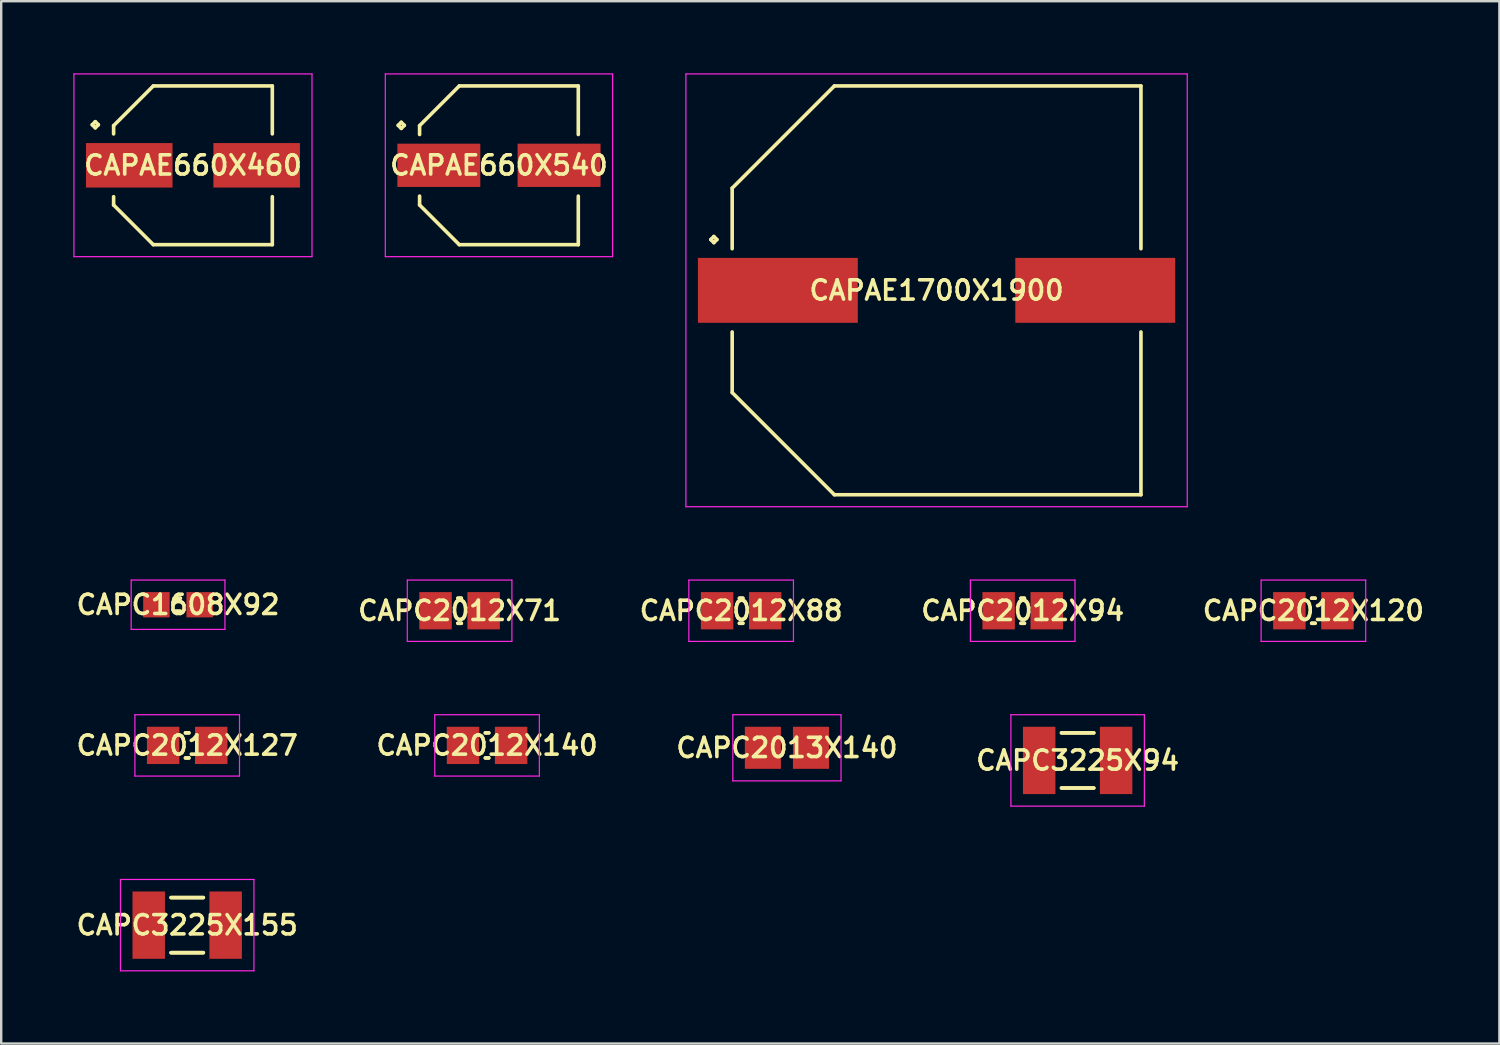
<source format=kicad_pcb>
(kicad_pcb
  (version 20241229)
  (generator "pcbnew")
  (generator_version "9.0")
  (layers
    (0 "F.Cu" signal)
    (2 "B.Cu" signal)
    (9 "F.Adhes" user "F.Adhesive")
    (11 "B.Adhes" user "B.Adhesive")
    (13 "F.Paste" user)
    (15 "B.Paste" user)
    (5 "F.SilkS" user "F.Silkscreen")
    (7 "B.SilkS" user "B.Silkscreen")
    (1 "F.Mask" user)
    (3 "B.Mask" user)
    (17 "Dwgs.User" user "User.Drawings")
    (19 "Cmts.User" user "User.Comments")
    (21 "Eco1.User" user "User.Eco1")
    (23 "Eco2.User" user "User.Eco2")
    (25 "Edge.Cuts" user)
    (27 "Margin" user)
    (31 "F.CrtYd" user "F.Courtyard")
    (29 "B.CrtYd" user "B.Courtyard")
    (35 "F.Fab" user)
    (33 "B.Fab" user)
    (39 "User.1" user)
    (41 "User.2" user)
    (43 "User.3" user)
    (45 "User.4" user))
  (footprint "CAPC2012X127"
    (layer "F.Cu")
    (at 4.735 27.95)
    (property "Reference" "CAPC2012X127" (at 0 0 0) (layer "F.SilkS") (effects (font (size 0.8 0.8) (thickness 0.15))))
    (attr smd)
    (fp_line (start -0.071 -0.521) (end 0.071 -0.521) (stroke (width 0.15) (type solid)) (layer "F.SilkS"))
    (fp_line (start -0.071 0.521) (end 0.071 0.521) (stroke (width 0.15) (type solid)) (layer "F.SilkS"))
    (fp_line (start 0.071 -0.521) (end -0.071 -0.521) (stroke (width 0.15) (type solid)) (layer "F.SilkS"))
    (fp_line (start 0.071 0.521) (end -0.071 0.521) (stroke (width 0.15) (type solid)) (layer "F.SilkS"))
    (fp_line (start -2.175 -1.275) (end 2.175 -1.275) (stroke (width 0.05) (type solid)) (layer "F.CrtYd"))
    (fp_line (start -2.175 1.275) (end -2.175 -1.275) (stroke (width 0.05) (type solid)) (layer "F.CrtYd"))
    (fp_line (start 2.175 -1.275) (end 2.175 1.275) (stroke (width 0.05) (type solid)) (layer "F.CrtYd"))
    (fp_line (start 2.175 1.275) (end -2.175 1.275) (stroke (width 0.05) (type solid)) (layer "F.CrtYd"))
    (pad "1" smd rect (at -1 0) (size 1.35 1.55) (layers "F.Cu" "F.Mask" "F.Paste"))
    (pad "2" smd rect (at 1 0) (size 1.35 1.55) (layers "F.Cu" "F.Mask" "F.Paste")))
  (footprint "CAPC1608X92"
    (layer "F.Cu")
    (at 4.355 22.1)
    (property "Reference" "CAPC1608X92" (at 0 0 0) (layer "F.SilkS") (effects (font (size 0.8 0.8) (thickness 0.15))))
    (attr smd)
    (fp_line (start -0.096 -0.271) (end 0.096 -0.271) (stroke (width 0.15) (type solid)) (layer "F.SilkS"))
    (fp_line (start -0.096 0.271) (end 0.096 0.271) (stroke (width 0.15) (type solid)) (layer "F.SilkS"))
    (fp_line (start 0.096 -0.271) (end -0.096 -0.271) (stroke (width 0.15) (type solid)) (layer "F.SilkS"))
    (fp_line (start 0.096 0.271) (end -0.096 0.271) (stroke (width 0.15) (type solid)) (layer "F.SilkS"))
    (fp_line (start -1.95 -1.025) (end 1.95 -1.025) (stroke (width 0.05) (type solid)) (layer "F.CrtYd"))
    (fp_line (start -1.95 1.025) (end -1.95 -1.025) (stroke (width 0.05) (type solid)) (layer "F.CrtYd"))
    (fp_line (start 1.95 -1.025) (end 1.95 1.025) (stroke (width 0.05) (type solid)) (layer "F.CrtYd"))
    (fp_line (start 1.95 1.025) (end -1.95 1.025) (stroke (width 0.05) (type solid)) (layer "F.CrtYd"))
    (pad "1" smd rect (at -0.9 0) (size 1.1 1.05) (layers "F.Cu" "F.Mask" "F.Paste"))
    (pad "2" smd rect (at 0.9 0) (size 1.1 1.05) (layers "F.Cu" "F.Mask" "F.Paste")))
  (footprint "CAPC2012X94"
    (layer "F.Cu")
    (at 39.482 22.35)
    (property "Reference" "CAPC2012X94" (at 0 0 0) (layer "F.SilkS") (effects (font (size 0.8 0.8) (thickness 0.15))))
    (attr smd)
    (fp_line (start -0.071 -0.521) (end 0.071 -0.521) (stroke (width 0.15) (type solid)) (layer "F.SilkS"))
    (fp_line (start -0.071 0.521) (end 0.071 0.521) (stroke (width 0.15) (type solid)) (layer "F.SilkS"))
    (fp_line (start 0.071 -0.521) (end -0.071 -0.521) (stroke (width 0.15) (type solid)) (layer "F.SilkS"))
    (fp_line (start 0.071 0.521) (end -0.071 0.521) (stroke (width 0.15) (type solid)) (layer "F.SilkS"))
    (fp_line (start -2.175 -1.275) (end 2.175 -1.275) (stroke (width 0.05) (type solid)) (layer "F.CrtYd"))
    (fp_line (start -2.175 1.275) (end -2.175 -1.275) (stroke (width 0.05) (type solid)) (layer "F.CrtYd"))
    (fp_line (start 2.175 -1.275) (end 2.175 1.275) (stroke (width 0.05) (type solid)) (layer "F.CrtYd"))
    (fp_line (start 2.175 1.275) (end -2.175 1.275) (stroke (width 0.05) (type solid)) (layer "F.CrtYd"))
    (pad "1" smd rect (at -1 0) (size 1.35 1.55) (layers "F.Cu" "F.Mask" "F.Paste"))
    (pad "2" smd rect (at 1 0) (size 1.35 1.55) (layers "F.Cu" "F.Mask" "F.Paste")))
  (footprint "CAPC2013X140"
    (layer "F.Cu")
    (at 29.677 28.05)
    (property "Reference" "CAPC2013X140" (at 0 0 0) (layer "F.SilkS") (effects (font (size 0.8 0.8) (thickness 0.15))))
    (attr smd)
    (fp_line (start -2.25 -1.375) (end 2.25 -1.375) (stroke (width 0.05) (type solid)) (layer "F.CrtYd"))
    (fp_line (start -2.25 1.375) (end -2.25 -1.375) (stroke (width 0.05) (type solid)) (layer "F.CrtYd"))
    (fp_line (start 2.25 -1.375) (end 2.25 1.375) (stroke (width 0.05) (type solid)) (layer "F.CrtYd"))
    (fp_line (start 2.25 1.375) (end -2.25 1.375) (stroke (width 0.05) (type solid)) (layer "F.CrtYd"))
    (pad "1" smd rect (at -1 0) (size 1.5 1.75) (layers "F.Cu" "F.Mask" "F.Paste"))
    (pad "2" smd rect (at 1 0) (size 1.5 1.75) (layers "F.Cu" "F.Mask" "F.Paste")))
  (footprint "CAPC2012X140"
    (layer "F.Cu")
    (at 17.206 27.95)
    (property "Reference" "CAPC2012X140" (at 0 0 0) (layer "F.SilkS") (effects (font (size 0.8 0.8) (thickness 0.15))))
    (attr smd)
    (fp_line (start -0.071 -0.521) (end 0.071 -0.521) (stroke (width 0.15) (type solid)) (layer "F.SilkS"))
    (fp_line (start -0.071 0.521) (end 0.071 0.521) (stroke (width 0.15) (type solid)) (layer "F.SilkS"))
    (fp_line (start 0.071 -0.521) (end -0.071 -0.521) (stroke (width 0.15) (type solid)) (layer "F.SilkS"))
    (fp_line (start 0.071 0.521) (end -0.071 0.521) (stroke (width 0.15) (type solid)) (layer "F.SilkS"))
    (fp_line (start -2.175 -1.275) (end 2.175 -1.275) (stroke (width 0.05) (type solid)) (layer "F.CrtYd"))
    (fp_line (start -2.175 1.275) (end -2.175 -1.275) (stroke (width 0.05) (type solid)) (layer "F.CrtYd"))
    (fp_line (start 2.175 -1.275) (end 2.175 1.275) (stroke (width 0.05) (type solid)) (layer "F.CrtYd"))
    (fp_line (start 2.175 1.275) (end -2.175 1.275) (stroke (width 0.05) (type solid)) (layer "F.CrtYd"))
    (pad "1" smd rect (at -1 0) (size 1.35 1.55) (layers "F.Cu" "F.Mask" "F.Paste"))
    (pad "2" smd rect (at 1 0) (size 1.35 1.55) (layers "F.Cu" "F.Mask" "F.Paste")))
  (footprint "CAPC2012X120"
    (layer "F.Cu")
    (at 51.572 22.35)
    (property "Reference" "CAPC2012X120" (at 0 0 0) (layer "F.SilkS") (effects (font (size 0.8 0.8) (thickness 0.15))))
    (attr smd)
    (fp_line (start -0.071 -0.521) (end 0.071 -0.521) (stroke (width 0.15) (type solid)) (layer "F.SilkS"))
    (fp_line (start -0.071 0.521) (end 0.071 0.521) (stroke (width 0.15) (type solid)) (layer "F.SilkS"))
    (fp_line (start 0.071 -0.521) (end -0.071 -0.521) (stroke (width 0.15) (type solid)) (layer "F.SilkS"))
    (fp_line (start 0.071 0.521) (end -0.071 0.521) (stroke (width 0.15) (type solid)) (layer "F.SilkS"))
    (fp_line (start -2.175 -1.275) (end 2.175 -1.275) (stroke (width 0.05) (type solid)) (layer "F.CrtYd"))
    (fp_line (start -2.175 1.275) (end -2.175 -1.275) (stroke (width 0.05) (type solid)) (layer "F.CrtYd"))
    (fp_line (start 2.175 -1.275) (end 2.175 1.275) (stroke (width 0.05) (type solid)) (layer "F.CrtYd"))
    (fp_line (start 2.175 1.275) (end -2.175 1.275) (stroke (width 0.05) (type solid)) (layer "F.CrtYd"))
    (pad "1" smd rect (at -1 0) (size 1.35 1.55) (layers "F.Cu" "F.Mask" "F.Paste"))
    (pad "2" smd rect (at 1 0) (size 1.35 1.55) (layers "F.Cu" "F.Mask" "F.Paste")))
  (footprint "CAPC2012X71"
    (layer "F.Cu")
    (at 16.064 22.35)
    (property "Reference" "CAPC2012X71" (at 0 0 0) (layer "F.SilkS") (effects (font (size 0.8 0.8) (thickness 0.15))))
    (attr smd)
    (fp_line (start -0.071 -0.521) (end 0.071 -0.521) (stroke (width 0.15) (type solid)) (layer "F.SilkS"))
    (fp_line (start -0.071 0.521) (end 0.071 0.521) (stroke (width 0.15) (type solid)) (layer "F.SilkS"))
    (fp_line (start 0.071 -0.521) (end -0.071 -0.521) (stroke (width 0.15) (type solid)) (layer "F.SilkS"))
    (fp_line (start 0.071 0.521) (end -0.071 0.521) (stroke (width 0.15) (type solid)) (layer "F.SilkS"))
    (fp_line (start -2.175 -1.275) (end 2.175 -1.275) (stroke (width 0.05) (type solid)) (layer "F.CrtYd"))
    (fp_line (start -2.175 1.275) (end -2.175 -1.275) (stroke (width 0.05) (type solid)) (layer "F.CrtYd"))
    (fp_line (start 2.175 -1.275) (end 2.175 1.275) (stroke (width 0.05) (type solid)) (layer "F.CrtYd"))
    (fp_line (start 2.175 1.275) (end -2.175 1.275) (stroke (width 0.05) (type solid)) (layer "F.CrtYd"))
    (pad "1" smd rect (at -1 0) (size 1.35 1.55) (layers "F.Cu" "F.Mask" "F.Paste"))
    (pad "2" smd rect (at 1 0) (size 1.35 1.55) (layers "F.Cu" "F.Mask" "F.Paste")))
  (footprint "CAPC2012X88"
    (layer "F.Cu")
    (at 27.773 22.35)
    (property "Reference" "CAPC2012X88" (at 0 0 0) (layer "F.SilkS") (effects (font (size 0.8 0.8) (thickness 0.15))))
    (attr smd)
    (fp_line (start -0.071 -0.521) (end 0.071 -0.521) (stroke (width 0.15) (type solid)) (layer "F.SilkS"))
    (fp_line (start -0.071 0.521) (end 0.071 0.521) (stroke (width 0.15) (type solid)) (layer "F.SilkS"))
    (fp_line (start 0.071 -0.521) (end -0.071 -0.521) (stroke (width 0.15) (type solid)) (layer "F.SilkS"))
    (fp_line (start 0.071 0.521) (end -0.071 0.521) (stroke (width 0.15) (type solid)) (layer "F.SilkS"))
    (fp_line (start -2.175 -1.275) (end 2.175 -1.275) (stroke (width 0.05) (type solid)) (layer "F.CrtYd"))
    (fp_line (start -2.175 1.275) (end -2.175 -1.275) (stroke (width 0.05) (type solid)) (layer "F.CrtYd"))
    (fp_line (start 2.175 -1.275) (end 2.175 1.275) (stroke (width 0.05) (type solid)) (layer "F.CrtYd"))
    (fp_line (start 2.175 1.275) (end -2.175 1.275) (stroke (width 0.05) (type solid)) (layer "F.CrtYd"))
    (pad "1" smd rect (at -1 0) (size 1.35 1.55) (layers "F.Cu" "F.Mask" "F.Paste"))
    (pad "2" smd rect (at 1 0) (size 1.35 1.55) (layers "F.Cu" "F.Mask" "F.Paste")))
  (footprint "CAPAE660X540"
    (layer "F.Cu")
    (at 17.7 3.825)
    (property "Reference" "CAPAE660X540" (at 0 0 0) (layer "F.SilkS") (effects (font (size 0.8 0.8) (thickness 0.15))))
    (attr smd)
    (fp_line (start -4.189 -1.662) (end -4.062 -1.789) (stroke (width 0.15) (type solid)) (layer "F.SilkS"))
    (fp_line (start -4.062 -1.789) (end -3.935 -1.662) (stroke (width 0.15) (type solid)) (layer "F.SilkS"))
    (fp_line (start -4.062 -1.535) (end -4.189 -1.662) (stroke (width 0.15) (type solid)) (layer "F.SilkS"))
    (fp_line (start -3.935 -1.662) (end -4.062 -1.535) (stroke (width 0.15) (type solid)) (layer "F.SilkS"))
    (fp_line (start -3.3 -1.65) (end -3.3 -1.281) (stroke (width 0.15) (type solid)) (layer "F.SilkS"))
    (fp_line (start -3.3 1.65) (end -3.3 1.281) (stroke (width 0.15) (type solid)) (layer "F.SilkS"))
    (fp_line (start -1.65 -3.3) (end -3.3 -1.65) (stroke (width 0.15) (type solid)) (layer "F.SilkS"))
    (fp_line (start -1.65 3.3) (end -3.3 1.65) (stroke (width 0.15) (type solid)) (layer "F.SilkS"))
    (fp_line (start 3.3 -3.3) (end -1.65 -3.3) (stroke (width 0.15) (type solid)) (layer "F.SilkS"))
    (fp_line (start 3.3 -1.281) (end 3.3 -3.3) (stroke (width 0.15) (type solid)) (layer "F.SilkS"))
    (fp_line (start 3.3 1.281) (end 3.3 3.3) (stroke (width 0.15) (type solid)) (layer "F.SilkS"))
    (fp_line (start 3.3 3.3) (end -1.65 3.3) (stroke (width 0.15) (type solid)) (layer "F.SilkS"))
    (fp_line (start -4.725 -3.8) (end 4.725 -3.8) (stroke (width 0.05) (type solid)) (layer "F.CrtYd"))
    (fp_line (start -4.725 3.8) (end -4.725 -3.8) (stroke (width 0.05) (type solid)) (layer "F.CrtYd"))
    (fp_line (start 4.725 -3.8) (end 4.725 3.8) (stroke (width 0.05) (type solid)) (layer "F.CrtYd"))
    (fp_line (start 4.725 3.8) (end -4.725 3.8) (stroke (width 0.05) (type solid)) (layer "F.CrtYd"))
    (pad "1" smd rect (at -2.5 0) (size 3.45 1.8) (layers "F.Cu" "F.Mask" "F.Paste"))
    (pad "2" smd rect (at 2.5 0) (size 3.45 1.8) (layers "F.Cu" "F.Mask" "F.Paste")))
  (footprint "CAPAE660X460"
    (layer "F.Cu")
    (at 4.975 3.825)
    (property "Reference" "CAPAE660X460" (at 0 0 0) (layer "F.SilkS") (effects (font (size 0.8 0.8) (thickness 0.15))))
    (attr smd)
    (fp_line (start -4.189 -1.687) (end -4.062 -1.814) (stroke (width 0.15) (type solid)) (layer "F.SilkS"))
    (fp_line (start -4.062 -1.814) (end -3.935 -1.687) (stroke (width 0.15) (type solid)) (layer "F.SilkS"))
    (fp_line (start -4.062 -1.56) (end -4.189 -1.687) (stroke (width 0.15) (type solid)) (layer "F.SilkS"))
    (fp_line (start -3.935 -1.687) (end -4.062 -1.56) (stroke (width 0.15) (type solid)) (layer "F.SilkS"))
    (fp_line (start -3.3 -1.65) (end -3.3 -1.306) (stroke (width 0.15) (type solid)) (layer "F.SilkS"))
    (fp_line (start -3.3 1.65) (end -3.3 1.306) (stroke (width 0.15) (type solid)) (layer "F.SilkS"))
    (fp_line (start -1.65 -3.3) (end -3.3 -1.65) (stroke (width 0.15) (type solid)) (layer "F.SilkS"))
    (fp_line (start -1.65 3.3) (end -3.3 1.65) (stroke (width 0.15) (type solid)) (layer "F.SilkS"))
    (fp_line (start 3.3 -3.3) (end -1.65 -3.3) (stroke (width 0.15) (type solid)) (layer "F.SilkS"))
    (fp_line (start 3.3 -1.306) (end 3.3 -3.3) (stroke (width 0.15) (type solid)) (layer "F.SilkS"))
    (fp_line (start 3.3 1.306) (end 3.3 3.3) (stroke (width 0.15) (type solid)) (layer "F.SilkS"))
    (fp_line (start 3.3 3.3) (end -1.65 3.3) (stroke (width 0.15) (type solid)) (layer "F.SilkS"))
    (fp_line (start -4.95 -3.8) (end 4.95 -3.8) (stroke (width 0.05) (type solid)) (layer "F.CrtYd"))
    (fp_line (start -4.95 3.8) (end -4.95 -3.8) (stroke (width 0.05) (type solid)) (layer "F.CrtYd"))
    (fp_line (start 4.95 -3.8) (end 4.95 3.8) (stroke (width 0.05) (type solid)) (layer "F.CrtYd"))
    (fp_line (start 4.95 3.8) (end -4.95 3.8) (stroke (width 0.05) (type solid)) (layer "F.CrtYd"))
    (pad "1" smd rect (at -2.65 0) (size 3.6 1.85) (layers "F.Cu" "F.Mask" "F.Paste"))
    (pad "2" smd rect (at 2.65 0) (size 3.6 1.85) (layers "F.Cu" "F.Mask" "F.Paste")))
  (footprint "CAPC3225X94"
    (layer "F.Cu")
    (at 41.767 28.575)
    (property "Reference" "CAPC3225X94" (at 0 0 0) (layer "F.SilkS") (effects (font (size 0.8 0.8) (thickness 0.15))))
    (attr smd)
    (fp_line (start -0.671 -1.146) (end 0.671 -1.146) (stroke (width 0.15) (type solid)) (layer "F.SilkS"))
    (fp_line (start -0.671 1.146) (end 0.671 1.146) (stroke (width 0.15) (type solid)) (layer "F.SilkS"))
    (fp_line (start 0.671 -1.146) (end -0.671 -1.146) (stroke (width 0.15) (type solid)) (layer "F.SilkS"))
    (fp_line (start 0.671 1.146) (end -0.671 1.146) (stroke (width 0.15) (type solid)) (layer "F.SilkS"))
    (fp_line (start -2.775 -1.9) (end 2.775 -1.9) (stroke (width 0.05) (type solid)) (layer "F.CrtYd"))
    (fp_line (start -2.775 1.9) (end -2.775 -1.9) (stroke (width 0.05) (type solid)) (layer "F.CrtYd"))
    (fp_line (start 2.775 -1.9) (end 2.775 1.9) (stroke (width 0.05) (type solid)) (layer "F.CrtYd"))
    (fp_line (start 2.775 1.9) (end -2.775 1.9) (stroke (width 0.05) (type solid)) (layer "F.CrtYd"))
    (pad "1" smd rect (at -1.6 0) (size 1.35 2.8) (layers "F.Cu" "F.Mask" "F.Paste"))
    (pad "2" smd rect (at 1.6 0) (size 1.35 2.8) (layers "F.Cu" "F.Mask" "F.Paste")))
  (footprint "CAPC3225X155"
    (layer "F.Cu")
    (at 4.735 35.425)
    (property "Reference" "CAPC3225X155" (at 0 0 0) (layer "F.SilkS") (effects (font (size 0.8 0.8) (thickness 0.15))))
    (attr smd)
    (fp_line (start -0.671 -1.146) (end 0.671 -1.146) (stroke (width 0.15) (type solid)) (layer "F.SilkS"))
    (fp_line (start -0.671 1.146) (end 0.671 1.146) (stroke (width 0.15) (type solid)) (layer "F.SilkS"))
    (fp_line (start 0.671 -1.146) (end -0.671 -1.146) (stroke (width 0.15) (type solid)) (layer "F.SilkS"))
    (fp_line (start 0.671 1.146) (end -0.671 1.146) (stroke (width 0.15) (type solid)) (layer "F.SilkS"))
    (fp_line (start -2.775 -1.9) (end 2.775 -1.9) (stroke (width 0.05) (type solid)) (layer "F.CrtYd"))
    (fp_line (start -2.775 1.9) (end -2.775 -1.9) (stroke (width 0.05) (type solid)) (layer "F.CrtYd"))
    (fp_line (start 2.775 -1.9) (end 2.775 1.9) (stroke (width 0.05) (type solid)) (layer "F.CrtYd"))
    (fp_line (start 2.775 1.9) (end -2.775 1.9) (stroke (width 0.05) (type solid)) (layer "F.CrtYd"))
    (pad "1" smd rect (at -1.6 0) (size 1.35 2.8) (layers "F.Cu" "F.Mask" "F.Paste"))
    (pad "2" smd rect (at 1.6 0) (size 1.35 2.8) (layers "F.Cu" "F.Mask" "F.Paste")))
  (footprint "CAPAE1700X1900"
    (layer "F.Cu")
    (at 35.9 9.025)
    (property "Reference" "CAPAE1700X1900" (at 0 0 0) (layer "F.SilkS") (effects (font (size 0.8 0.8) (thickness 0.15))))
    (attr smd)
    (fp_line (start -9.389 -2.112) (end -9.262 -2.239) (stroke (width 0.15) (type solid)) (layer "F.SilkS"))
    (fp_line (start -9.262 -2.239) (end -9.135 -2.112) (stroke (width 0.15) (type solid)) (layer "F.SilkS"))
    (fp_line (start -9.262 -1.985) (end -9.389 -2.112) (stroke (width 0.15) (type solid)) (layer "F.SilkS"))
    (fp_line (start -9.135 -2.112) (end -9.262 -1.985) (stroke (width 0.15) (type solid)) (layer "F.SilkS"))
    (fp_line (start -8.5 -4.25) (end -8.5 -1.731) (stroke (width 0.15) (type solid)) (layer "F.SilkS"))
    (fp_line (start -8.5 4.25) (end -8.5 1.731) (stroke (width 0.15) (type solid)) (layer "F.SilkS"))
    (fp_line (start -4.25 -8.5) (end -8.5 -4.25) (stroke (width 0.15) (type solid)) (layer "F.SilkS"))
    (fp_line (start -4.25 8.5) (end -8.5 4.25) (stroke (width 0.15) (type solid)) (layer "F.SilkS"))
    (fp_line (start 8.5 -8.5) (end -4.25 -8.5) (stroke (width 0.15) (type solid)) (layer "F.SilkS"))
    (fp_line (start 8.5 -1.731) (end 8.5 -8.5) (stroke (width 0.15) (type solid)) (layer "F.SilkS"))
    (fp_line (start 8.5 1.731) (end 8.5 8.5) (stroke (width 0.15) (type solid)) (layer "F.SilkS"))
    (fp_line (start 8.5 8.5) (end -4.25 8.5) (stroke (width 0.15) (type solid)) (layer "F.SilkS"))
    (fp_line (start -10.425 -9) (end 10.425 -9) (stroke (width 0.05) (type solid)) (layer "F.CrtYd"))
    (fp_line (start -10.425 9) (end -10.425 -9) (stroke (width 0.05) (type solid)) (layer "F.CrtYd"))
    (fp_line (start 10.425 -9) (end 10.425 9) (stroke (width 0.05) (type solid)) (layer "F.CrtYd"))
    (fp_line (start 10.425 9) (end -10.425 9) (stroke (width 0.05) (type solid)) (layer "F.CrtYd"))
    (pad "1" smd rect (at -6.6 0) (size 6.65 2.7) (layers "F.Cu" "F.Mask" "F.Paste"))
    (pad "2" smd rect (at 6.6 0) (size 6.65 2.7) (layers "F.Cu" "F.Mask" "F.Paste")))
  (gr_rect
    (start -3 -3)
    (end 59.307 40.35)
    (stroke (width 0.1) (type default))
    (fill no)
    (layer "Edge.Cuts")))
</source>
